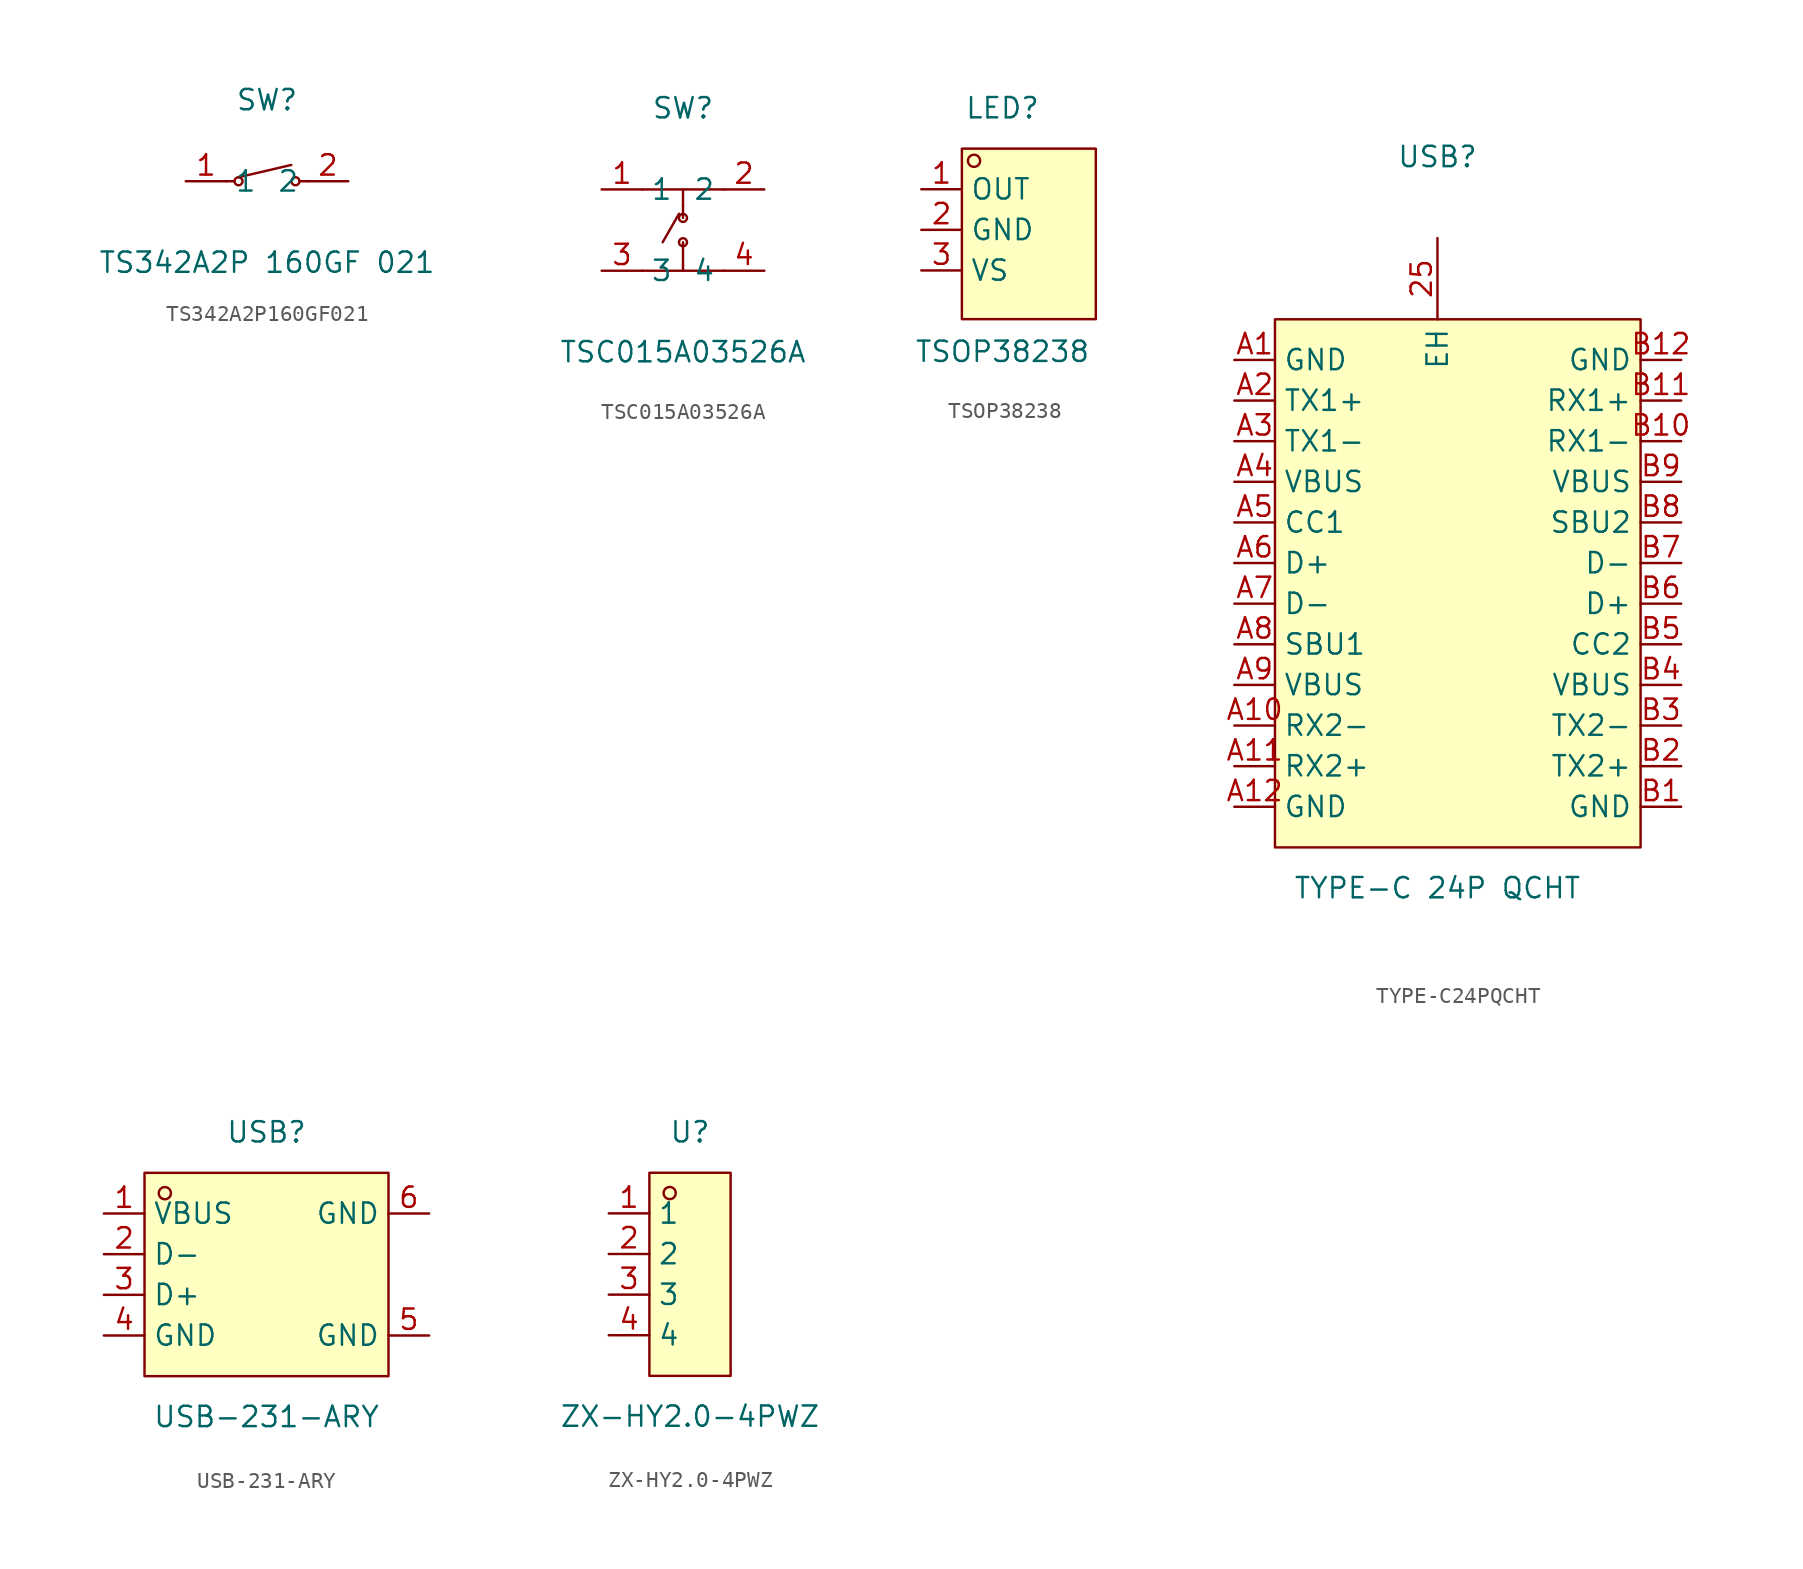
<source format=kicad_sym>
(kicad_symbol_lib
  (version 20241209)
  (generator "kicad_symbol_editor")
  (generator_version "9.0")
  (symbol "TS342A2P160GF021"
    (property "Reference" "SW"
      (at 0 5.08 0)
      (effects (font (size 1.27 1.27))))
    (property "Value" "TS342A2P 160GF 021"
      (at 0 -5.08 0)
      (effects (font (size 1.27 1.27))))
    (symbol "TS342A2P160GF021_0_1"
      (polyline (pts (xy -2.03 0) (xy -2.54 0)) (stroke (width 0) (type default)) (fill (type none)))
      (circle (center -1.78 0) (radius 0.25) (stroke (width 0) (type default)) (fill (type none)))
      (polyline (pts (xy 1.52 1.02) (xy -1.78 0.25)) (stroke (width 0) (type default)) (fill (type none)))
      (circle (center 1.78 0) (radius 0.25) (stroke (width 0) (type default)) (fill (type none)))
      (polyline (pts (xy 2.54 0) (xy 2.03 0)) (stroke (width 0) (type default)) (fill (type none)))
      (pin unspecified line (at -5.08 0 0) (length 2.54) (name "1" (effects (font (size 1.27 1.27)))) (number "1" (effects (font (size 1.27 1.27)))))
      (pin unspecified line (at 5.08 0 180) (length 2.54) (name "2" (effects (font (size 1.27 1.27)))) (number "2" (effects (font (size 1.27 1.27)))))))
  (symbol "TSC015A03526A"
    (property "Reference" "SW"
      (at 0 7.62 0)
      (effects (font (size 1.27 1.27))))
    (property "Value" "TSC015A03526A"
      (at 0 -7.62 0)
      (effects (font (size 1.27 1.27))))
    (symbol "TSC015A03526A_0_1"
      (polyline (pts (xy -2.54 2.54) (xy 2.54 2.54)) (stroke (width 0) (type default)) (fill (type none)))
      (polyline (pts (xy -2.54 -2.54) (xy 2.54 -2.54)) (stroke (width 0) (type default)) (fill (type none)))
      (polyline (pts (xy -1.27 -0.76) (xy -0.25 1.02)) (stroke (width 0) (type default)) (fill (type none)))
      (polyline (pts (xy 0 2.54) (xy 0 1.52)) (stroke (width 0) (type default)) (fill (type none)))
      (polyline (pts (xy 0 1.52) (xy 0 0.76)) (stroke (width 0) (type default)) (fill (type none)))
      (circle (center 0 0.76) (radius 0.25) (stroke (width 0) (type default)) (fill (type none)))
      (circle (center 0 -0.76) (radius 0.25) (stroke (width 0) (type default)) (fill (type none)))
      (polyline (pts (xy 0 -2.54) (xy 0 -0.76)) (stroke (width 0) (type default)) (fill (type none)))
      (pin unspecified line (at -5.08 2.54 0) (length 2.54) (name "1" (effects (font (size 1.27 1.27)))) (number "1" (effects (font (size 1.27 1.27)))))
      (pin unspecified line (at -5.08 -2.54 0) (length 2.54) (name "3" (effects (font (size 1.27 1.27)))) (number "3" (effects (font (size 1.27 1.27)))))
      (pin unspecified line (at 5.08 2.54 180) (length 2.54) (name "2" (effects (font (size 1.27 1.27)))) (number "2" (effects (font (size 1.27 1.27)))))
      (pin unspecified line (at 5.08 -2.54 180) (length 2.54) (name "4" (effects (font (size 1.27 1.27)))) (number "4" (effects (font (size 1.27 1.27)))))))
  (symbol "TSOP38238"
    (property "Reference" "LED"
      (at 0 7.62 0)
      (effects (font (size 1.27 1.27))))
    (property "Value" "TSOP38238"
      (at 0 -7.62 0)
      (effects (font (size 1.27 1.27))))
    (symbol "TSOP38238_0_1"
      (rectangle (start -2.54 5.08) (end 5.84 -5.59) (stroke (width 0) (type default)) (fill (type background)))
      (circle (center -1.78 4.32) (radius 0.38) (stroke (width 0) (type default)) (fill (type none)))
      (pin unspecified line (at -5.08 2.54 0) (length 2.54) (name "OUT" (effects (font (size 1.27 1.27)))) (number "1" (effects (font (size 1.27 1.27)))))
      (pin unspecified line (at -5.08 0 0) (length 2.54) (name "GND" (effects (font (size 1.27 1.27)))) (number "2" (effects (font (size 1.27 1.27)))))
      (pin unspecified line (at -5.08 -2.54 0) (length 2.54) (name "VS" (effects (font (size 1.27 1.27)))) (number "3" (effects (font (size 1.27 1.27)))))))
  (symbol "TYPE-C24PQCHT"
    (property "Reference" "USB"
      (at 0 25.4 0)
      (effects (font (size 1.27 1.27))))
    (property "Value" "TYPE-C 24P QCHT"
      (at 0 -20.32 0)
      (effects (font (size 1.27 1.27))))
    (symbol "TYPE-C24PQCHT_0_1"
      (rectangle (start -10.16 15.24) (end 12.7 -17.78) (stroke (width 0) (type default)) (fill (type background)))
      (pin unspecified line (at -12.7 12.7 0) (length 2.54) (name "GND" (effects (font (size 1.27 1.27)))) (number "A1" (effects (font (size 1.27 1.27)))))
      (pin unspecified line (at -12.7 10.16 0) (length 2.54) (name "TX1+" (effects (font (size 1.27 1.27)))) (number "A2" (effects (font (size 1.27 1.27)))))
      (pin unspecified line (at -12.7 7.62 0) (length 2.54) (name "TX1-" (effects (font (size 1.27 1.27)))) (number "A3" (effects (font (size 1.27 1.27)))))
      (pin unspecified line (at -12.7 5.08 0) (length 2.54) (name "VBUS" (effects (font (size 1.27 1.27)))) (number "A4" (effects (font (size 1.27 1.27)))))
      (pin unspecified line (at -12.7 2.54 0) (length 2.54) (name "CC1" (effects (font (size 1.27 1.27)))) (number "A5" (effects (font (size 1.27 1.27)))))
      (pin unspecified line (at -12.7 0 0) (length 2.54) (name "D+" (effects (font (size 1.27 1.27)))) (number "A6" (effects (font (size 1.27 1.27)))))
      (pin unspecified line (at -12.7 -2.54 0) (length 2.54) (name "D-" (effects (font (size 1.27 1.27)))) (number "A7" (effects (font (size 1.27 1.27)))))
      (pin unspecified line (at -12.7 -5.08 0) (length 2.54) (name "SBU1" (effects (font (size 1.27 1.27)))) (number "A8" (effects (font (size 1.27 1.27)))))
      (pin unspecified line (at -12.7 -7.62 0) (length 2.54) (name "VBUS" (effects (font (size 1.27 1.27)))) (number "A9" (effects (font (size 1.27 1.27)))))
      (pin unspecified line (at -12.7 -10.16 0) (length 2.54) (name "RX2-" (effects (font (size 1.27 1.27)))) (number "A10" (effects (font (size 1.27 1.27)))))
      (pin unspecified line (at -12.7 -12.7 0) (length 2.54) (name "RX2+" (effects (font (size 1.27 1.27)))) (number "A11" (effects (font (size 1.27 1.27)))))
      (pin unspecified line (at -12.7 -15.24 0) (length 2.54) (name "GND" (effects (font (size 1.27 1.27)))) (number "A12" (effects (font (size 1.27 1.27)))))
      (pin unspecified line (at 0 20.32 270) (length 5.08) (name "EH" (effects (font (size 1.27 1.27)))) (number "25" (effects (font (size 1.27 1.27)))))
      (pin unspecified line (at 15.24 12.7 180) (length 2.54) (name "GND" (effects (font (size 1.27 1.27)))) (number "B12" (effects (font (size 1.27 1.27)))))
      (pin unspecified line (at 15.24 10.16 180) (length 2.54) (name "RX1+" (effects (font (size 1.27 1.27)))) (number "B11" (effects (font (size 1.27 1.27)))))
      (pin unspecified line (at 15.24 7.62 180) (length 2.54) (name "RX1-" (effects (font (size 1.27 1.27)))) (number "B10" (effects (font (size 1.27 1.27)))))
      (pin unspecified line (at 15.24 5.08 180) (length 2.54) (name "VBUS" (effects (font (size 1.27 1.27)))) (number "B9" (effects (font (size 1.27 1.27)))))
      (pin unspecified line (at 15.24 2.54 180) (length 2.54) (name "SBU2" (effects (font (size 1.27 1.27)))) (number "B8" (effects (font (size 1.27 1.27)))))
      (pin unspecified line (at 15.24 0 180) (length 2.54) (name "D-" (effects (font (size 1.27 1.27)))) (number "B7" (effects (font (size 1.27 1.27)))))
      (pin unspecified line (at 15.24 -2.54 180) (length 2.54) (name "D+" (effects (font (size 1.27 1.27)))) (number "B6" (effects (font (size 1.27 1.27)))))
      (pin unspecified line (at 15.24 -5.08 180) (length 2.54) (name "CC2" (effects (font (size 1.27 1.27)))) (number "B5" (effects (font (size 1.27 1.27)))))
      (pin unspecified line (at 15.24 -7.62 180) (length 2.54) (name "VBUS" (effects (font (size 1.27 1.27)))) (number "B4" (effects (font (size 1.27 1.27)))))
      (pin unspecified line (at 15.24 -10.16 180) (length 2.54) (name "TX2-" (effects (font (size 1.27 1.27)))) (number "B3" (effects (font (size 1.27 1.27)))))
      (pin unspecified line (at 15.24 -12.7 180) (length 2.54) (name "TX2+" (effects (font (size 1.27 1.27)))) (number "B2" (effects (font (size 1.27 1.27)))))
      (pin unspecified line (at 15.24 -15.24 180) (length 2.54) (name "GND" (effects (font (size 1.27 1.27)))) (number "B1" (effects (font (size 1.27 1.27)))))))
  (symbol "USB-231-ARY"
    (property "Reference" "USB"
      (at 0 10.16 0)
      (effects (font (size 1.27 1.27))))
    (property "Value" "USB-231-ARY"
      (at 0 -7.62 0)
      (effects (font (size 1.27 1.27))))
    (symbol "USB-231-ARY_0_1"
      (rectangle (start -7.62 7.62) (end 7.62 -5.08) (stroke (width 0) (type default)) (fill (type background)))
      (circle (center -6.35 6.35) (radius 0.38) (stroke (width 0) (type default)) (fill (type none)))
      (pin unspecified line (at -10.16 5.08 0) (length 2.54) (name "VBUS" (effects (font (size 1.27 1.27)))) (number "1" (effects (font (size 1.27 1.27)))))
      (pin unspecified line (at -10.16 2.54 0) (length 2.54) (name "D-" (effects (font (size 1.27 1.27)))) (number "2" (effects (font (size 1.27 1.27)))))
      (pin unspecified line (at -10.16 0 0) (length 2.54) (name "D+" (effects (font (size 1.27 1.27)))) (number "3" (effects (font (size 1.27 1.27)))))
      (pin unspecified line (at -10.16 -2.54 0) (length 2.54) (name "GND" (effects (font (size 1.27 1.27)))) (number "4" (effects (font (size 1.27 1.27)))))
      (pin unspecified line (at 10.16 5.08 180) (length 2.54) (name "GND" (effects (font (size 1.27 1.27)))) (number "6" (effects (font (size 1.27 1.27)))))
      (pin unspecified line (at 10.16 -2.54 180) (length 2.54) (name "GND" (effects (font (size 1.27 1.27)))) (number "5" (effects (font (size 1.27 1.27)))))))
  (symbol "ZX-HY2.0-4PWZ"
    (property "Reference" "U"
      (at 0 8.89 0)
      (effects (font (size 1.27 1.27))))
    (property "Value" "ZX-HY2.0-4PWZ"
      (at 0 -8.89 0)
      (effects (font (size 1.27 1.27))))
    (symbol "ZX-HY2.0-4PWZ_0_1"
      (rectangle (start -2.54 6.35) (end 2.54 -6.35) (stroke (width 0) (type default)) (fill (type background)))
      (circle (center -1.27 5.08) (radius 0.38) (stroke (width 0) (type default)) (fill (type none)))
      (pin unspecified line (at -5.08 3.81 0) (length 2.54) (name "1" (effects (font (size 1.27 1.27)))) (number "1" (effects (font (size 1.27 1.27)))))
      (pin unspecified line (at -5.08 1.27 0) (length 2.54) (name "2" (effects (font (size 1.27 1.27)))) (number "2" (effects (font (size 1.27 1.27)))))
      (pin unspecified line (at -5.08 -1.27 0) (length 2.54) (name "3" (effects (font (size 1.27 1.27)))) (number "3" (effects (font (size 1.27 1.27)))))
      (pin unspecified line (at -5.08 -3.81 0) (length 2.54) (name "4" (effects (font (size 1.27 1.27)))) (number "4" (effects (font (size 1.27 1.27))))))))
</source>
